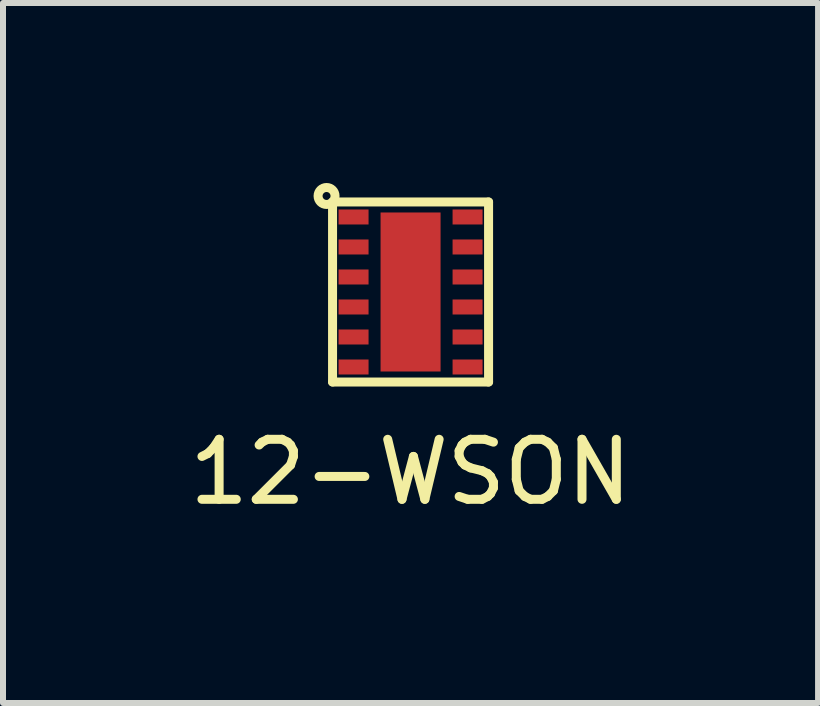
<source format=kicad_pcb>
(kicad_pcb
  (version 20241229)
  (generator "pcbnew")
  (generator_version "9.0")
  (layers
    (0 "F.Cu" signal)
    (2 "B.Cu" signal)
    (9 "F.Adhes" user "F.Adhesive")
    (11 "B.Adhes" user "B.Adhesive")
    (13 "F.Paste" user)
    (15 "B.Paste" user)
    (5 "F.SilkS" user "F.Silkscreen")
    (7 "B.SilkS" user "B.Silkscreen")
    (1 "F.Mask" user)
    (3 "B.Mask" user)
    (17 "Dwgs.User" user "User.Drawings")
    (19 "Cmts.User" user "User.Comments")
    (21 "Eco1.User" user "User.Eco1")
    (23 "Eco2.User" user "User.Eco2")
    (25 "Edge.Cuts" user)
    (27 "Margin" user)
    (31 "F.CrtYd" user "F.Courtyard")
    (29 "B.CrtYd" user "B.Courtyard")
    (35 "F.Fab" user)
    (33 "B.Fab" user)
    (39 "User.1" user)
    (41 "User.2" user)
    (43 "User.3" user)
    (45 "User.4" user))
  (footprint "12-WSON"
    (layer "F.Cu")
    (at 3.792 1.816)
    (property "Reference" "12-WSON" (at 0 3 0) (layer "F.SilkS") (effects (font (size 1 1) (thickness 0.15))))
    (attr through_hole)
    (fp_line (start -1.3 -1.5) (end 1.3 -1.5) (stroke (width 0.15) (type solid)) (layer "F.SilkS"))
    (fp_line (start -1.3 1.5) (end -1.3 -1.5) (stroke (width 0.15) (type solid)) (layer "F.SilkS"))
    (fp_line (start 1.3 -1.5) (end 1.3 1.5) (stroke (width 0.15) (type solid)) (layer "F.SilkS"))
    (fp_line (start 1.3 1.5) (end -1.3 1.5) (stroke (width 0.15) (type solid)) (layer "F.SilkS"))
    (fp_circle (center -1.4 -1.6) (end -1.3 -1.5) (stroke (width 0.15) (type solid)) (fill no) (layer "F.SilkS"))
    (pad "" smd rect (at 0 -0.7) (size 0.95 1.17) (layers "F.Paste"))
    (pad "" smd rect (at 0 0.7) (size 0.95 1.17) (layers "F.Paste"))
    (pad "1" smd rect (at -0.95 -1.25) (size 0.5 0.25) (layers "F.Cu" "F.Mask" "F.Paste"))
    (pad "2" smd rect (at -0.95 -0.75) (size 0.5 0.25) (layers "F.Cu" "F.Mask" "F.Paste"))
    (pad "3" smd rect (at -0.95 -0.25) (size 0.5 0.25) (layers "F.Cu" "F.Mask" "F.Paste"))
    (pad "4" smd rect (at -0.95 0.25) (size 0.5 0.25) (layers "F.Cu" "F.Mask" "F.Paste"))
    (pad "5" smd rect (at -0.95 0.75) (size 0.5 0.25) (layers "F.Cu" "F.Mask" "F.Paste"))
    (pad "6" smd rect (at -0.95 1.25) (size 0.5 0.25) (layers "F.Cu" "F.Mask" "F.Paste"))
    (pad "7" smd rect (at 0.95 1.25) (size 0.5 0.25) (layers "F.Cu" "F.Mask" "F.Paste"))
    (pad "8" smd rect (at 0.95 0.75) (size 0.5 0.25) (layers "F.Cu" "F.Mask" "F.Paste"))
    (pad "9" smd rect (at 0.95 0.25) (size 0.5 0.25) (layers "F.Cu" "F.Mask" "F.Paste"))
    (pad "10" smd rect (at 0.95 -0.25) (size 0.5 0.25) (layers "F.Cu" "F.Mask" "F.Paste"))
    (pad "11" smd rect (at 0.95 -0.75) (size 0.5 0.25) (layers "F.Cu" "F.Mask" "F.Paste"))
    (pad "12" smd rect (at 0.95 -1.25) (size 0.5 0.25) (layers "F.Cu" "F.Mask" "F.Paste"))
    (pad "13" smd rect (at 0 0) (size 1 2.65) (layers "F.Cu" "F.Mask")))
  (gr_rect
    (start -3 -3)
    (end 10.583 8.665)
    (stroke (width 0.1) (type default))
    (fill no)
    (layer "Edge.Cuts")))
</source>
